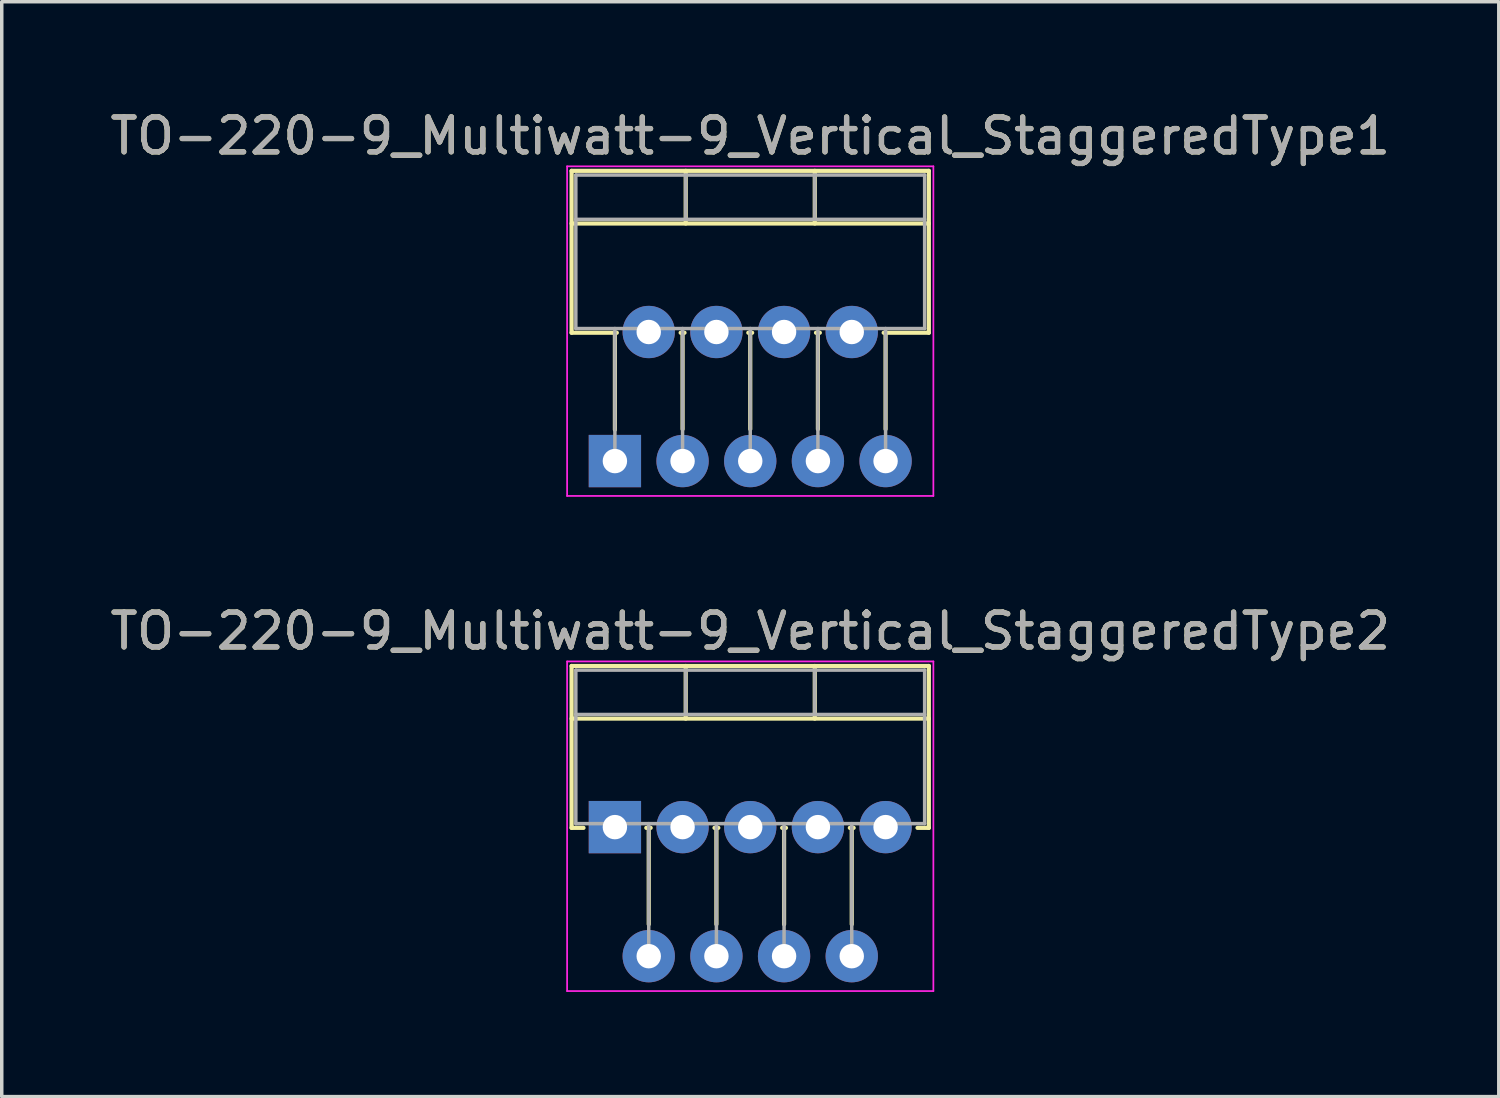
<source format=kicad_pcb>
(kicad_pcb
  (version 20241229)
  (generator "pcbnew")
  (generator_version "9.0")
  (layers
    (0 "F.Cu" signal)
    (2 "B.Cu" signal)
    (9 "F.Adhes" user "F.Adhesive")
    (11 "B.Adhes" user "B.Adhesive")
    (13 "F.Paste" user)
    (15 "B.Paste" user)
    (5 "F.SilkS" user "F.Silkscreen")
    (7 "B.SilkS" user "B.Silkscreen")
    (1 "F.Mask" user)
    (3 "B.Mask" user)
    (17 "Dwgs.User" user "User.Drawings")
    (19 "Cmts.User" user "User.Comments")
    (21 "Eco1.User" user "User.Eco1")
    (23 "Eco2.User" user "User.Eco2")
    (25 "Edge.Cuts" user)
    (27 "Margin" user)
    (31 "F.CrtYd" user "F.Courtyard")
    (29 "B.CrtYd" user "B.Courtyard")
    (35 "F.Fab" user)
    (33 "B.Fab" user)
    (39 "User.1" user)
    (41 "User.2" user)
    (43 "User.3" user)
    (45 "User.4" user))
  (footprint "TO-220-9_Multiwatt-9_Vertical_StaggeredType1"
    (layer "F.Cu")
    (at 14.578 10.168)
    (property "Reference" "TO-220-9_Multiwatt-9_Vertical_StaggeredType1" (at 3.88 -9.32 0) (layer "F.SilkS") (effects (font (size 1 1) (thickness 0.15))))
    (attr through_hole)
    (fp_line (start -1.241 -8.32) (end -1.241 -3.679) (stroke (width 0.12) (type solid)) (layer "F.SilkS"))
    (fp_line (start -1.241 -8.32) (end 9 -8.32) (stroke (width 0.12) (type solid)) (layer "F.SilkS"))
    (fp_line (start -1.241 -6.811) (end 9 -6.811) (stroke (width 0.12) (type solid)) (layer "F.SilkS"))
    (fp_line (start -1.241 -3.679) (end 0.055 -3.679) (stroke (width 0.12) (type solid)) (layer "F.SilkS"))
    (fp_line (start 0 -3.679) (end 0 -0.9) (stroke (width 0.12) (type solid)) (layer "F.SilkS"))
    (fp_line (start 1.885 -3.679) (end 1.996 -3.679) (stroke (width 0.12) (type solid)) (layer "F.SilkS"))
    (fp_line (start 1.94 -3.679) (end 1.94 -0.915) (stroke (width 0.12) (type solid)) (layer "F.SilkS"))
    (fp_line (start 2.03 -8.32) (end 2.03 -6.811) (stroke (width 0.12) (type solid)) (layer "F.SilkS"))
    (fp_line (start 3.825 -3.679) (end 3.935 -3.679) (stroke (width 0.12) (type solid)) (layer "F.SilkS"))
    (fp_line (start 3.88 -3.679) (end 3.88 -0.915) (stroke (width 0.12) (type solid)) (layer "F.SilkS"))
    (fp_line (start 5.73 -8.32) (end 5.73 -6.811) (stroke (width 0.12) (type solid)) (layer "F.SilkS"))
    (fp_line (start 5.765 -3.679) (end 5.875 -3.679) (stroke (width 0.12) (type solid)) (layer "F.SilkS"))
    (fp_line (start 5.82 -3.679) (end 5.82 -0.915) (stroke (width 0.12) (type solid)) (layer "F.SilkS"))
    (fp_line (start 7.705 -3.679) (end 9 -3.679) (stroke (width 0.12) (type solid)) (layer "F.SilkS"))
    (fp_line (start 7.76 -3.679) (end 7.76 -0.915) (stroke (width 0.12) (type solid)) (layer "F.SilkS"))
    (fp_line (start 9 -8.32) (end 9 -3.679) (stroke (width 0.12) (type solid)) (layer "F.SilkS"))
    (fp_line (start -1.37 -8.45) (end -1.37 1) (stroke (width 0.05) (type solid)) (layer "F.CrtYd"))
    (fp_line (start -1.37 1) (end 9.13 1) (stroke (width 0.05) (type solid)) (layer "F.CrtYd"))
    (fp_line (start 9.13 -8.45) (end -1.37 -8.45) (stroke (width 0.05) (type solid)) (layer "F.CrtYd"))
    (fp_line (start 9.13 1) (end 9.13 -8.45) (stroke (width 0.05) (type solid)) (layer "F.CrtYd"))
    (fp_line (start -1.12 -8.2) (end -1.12 -3.8) (stroke (width 0.1) (type solid)) (layer "F.Fab"))
    (fp_line (start -1.12 -6.93) (end 8.88 -6.93) (stroke (width 0.1) (type solid)) (layer "F.Fab"))
    (fp_line (start -1.12 -3.8) (end 8.88 -3.8) (stroke (width 0.1) (type solid)) (layer "F.Fab"))
    (fp_line (start 0 -3.8) (end 0 0) (stroke (width 0.1) (type solid)) (layer "F.Fab"))
    (fp_line (start 0.97 -3.8) (end 0.97 -3.7) (stroke (width 0.1) (type solid)) (layer "F.Fab"))
    (fp_line (start 1.94 -3.8) (end 1.94 0) (stroke (width 0.1) (type solid)) (layer "F.Fab"))
    (fp_line (start 2.03 -8.2) (end 2.03 -6.93) (stroke (width 0.1) (type solid)) (layer "F.Fab"))
    (fp_line (start 2.91 -3.8) (end 2.91 -3.7) (stroke (width 0.1) (type solid)) (layer "F.Fab"))
    (fp_line (start 3.88 -3.8) (end 3.88 0) (stroke (width 0.1) (type solid)) (layer "F.Fab"))
    (fp_line (start 4.85 -3.8) (end 4.85 -3.7) (stroke (width 0.1) (type solid)) (layer "F.Fab"))
    (fp_line (start 5.73 -8.2) (end 5.73 -6.93) (stroke (width 0.1) (type solid)) (layer "F.Fab"))
    (fp_line (start 5.82 -3.8) (end 5.82 0) (stroke (width 0.1) (type solid)) (layer "F.Fab"))
    (fp_line (start 6.79 -3.8) (end 6.79 -3.7) (stroke (width 0.1) (type solid)) (layer "F.Fab"))
    (fp_line (start 7.76 -3.8) (end 7.76 0) (stroke (width 0.1) (type solid)) (layer "F.Fab"))
    (fp_line (start 8.88 -8.2) (end -1.12 -8.2) (stroke (width 0.1) (type solid)) (layer "F.Fab"))
    (fp_line (start 8.88 -3.8) (end 8.88 -8.2) (stroke (width 0.1) (type solid)) (layer "F.Fab"))
    (fp_text user "${REFERENCE}" (at 3.88 -9.32 0) (layer "F.Fab") (effects (font (size 1 1) (thickness 0.15))))
    (pad "1" thru_hole rect (at 0 0) (size 1.5 1.5) (drill 0.7) (layers "*.Cu" "*.Mask"))
    (pad "2" thru_hole oval (at 0.97 -3.7) (size 1.5 1.5) (drill 0.7) (layers "*.Cu" "*.Mask"))
    (pad "3" thru_hole oval (at 1.94 0) (size 1.5 1.5) (drill 0.7) (layers "*.Cu" "*.Mask"))
    (pad "4" thru_hole oval (at 2.91 -3.7) (size 1.5 1.5) (drill 0.7) (layers "*.Cu" "*.Mask"))
    (pad "5" thru_hole oval (at 3.88 0) (size 1.5 1.5) (drill 0.7) (layers "*.Cu" "*.Mask"))
    (pad "6" thru_hole oval (at 4.85 -3.7) (size 1.5 1.5) (drill 0.7) (layers "*.Cu" "*.Mask"))
    (pad "7" thru_hole oval (at 5.82 0) (size 1.5 1.5) (drill 0.7) (layers "*.Cu" "*.Mask"))
    (pad "8" thru_hole oval (at 6.79 -3.7) (size 1.5 1.5) (drill 0.7) (layers "*.Cu" "*.Mask"))
    (pad "9" thru_hole oval (at 7.76 0) (size 1.5 1.5) (drill 0.7) (layers "*.Cu" "*.Mask")))
  (footprint "TO-220-9_Multiwatt-9_Vertical_StaggeredType2"
    (layer "F.Cu")
    (at 14.578 20.662)
    (property "Reference" "TO-220-9_Multiwatt-9_Vertical_StaggeredType2" (at 3.88 -5.62 0) (layer "F.SilkS") (effects (font (size 1 1) (thickness 0.15))))
    (attr through_hole)
    (fp_line (start -1.241 -4.62) (end -1.241 0.021) (stroke (width 0.12) (type solid)) (layer "F.SilkS"))
    (fp_line (start -1.241 -4.62) (end 9 -4.62) (stroke (width 0.12) (type solid)) (layer "F.SilkS"))
    (fp_line (start -1.241 -3.111) (end 9 -3.111) (stroke (width 0.12) (type solid)) (layer "F.SilkS"))
    (fp_line (start -1.241 0.021) (end -0.9 0.021) (stroke (width 0.12) (type solid)) (layer "F.SilkS"))
    (fp_line (start 0.9 0.021) (end 1.025 0.021) (stroke (width 0.12) (type solid)) (layer "F.SilkS"))
    (fp_line (start 0.97 0.021) (end 0.97 2.785) (stroke (width 0.12) (type solid)) (layer "F.SilkS"))
    (fp_line (start 2.03 -4.62) (end 2.03 -3.111) (stroke (width 0.12) (type solid)) (layer "F.SilkS"))
    (fp_line (start 2.855 0.021) (end 2.965 0.021) (stroke (width 0.12) (type solid)) (layer "F.SilkS"))
    (fp_line (start 2.91 0.021) (end 2.91 2.785) (stroke (width 0.12) (type solid)) (layer "F.SilkS"))
    (fp_line (start 4.795 0.021) (end 4.905 0.021) (stroke (width 0.12) (type solid)) (layer "F.SilkS"))
    (fp_line (start 4.85 0.021) (end 4.85 2.785) (stroke (width 0.12) (type solid)) (layer "F.SilkS"))
    (fp_line (start 5.73 -4.62) (end 5.73 -3.111) (stroke (width 0.12) (type solid)) (layer "F.SilkS"))
    (fp_line (start 6.735 0.021) (end 6.845 0.021) (stroke (width 0.12) (type solid)) (layer "F.SilkS"))
    (fp_line (start 6.79 0.021) (end 6.79 2.785) (stroke (width 0.12) (type solid)) (layer "F.SilkS"))
    (fp_line (start 8.675 0.021) (end 9 0.021) (stroke (width 0.12) (type solid)) (layer "F.SilkS"))
    (fp_line (start 9 -4.62) (end 9 0.021) (stroke (width 0.12) (type solid)) (layer "F.SilkS"))
    (fp_line (start -1.37 -4.75) (end -1.37 4.7) (stroke (width 0.05) (type solid)) (layer "F.CrtYd"))
    (fp_line (start -1.37 4.7) (end 9.13 4.7) (stroke (width 0.05) (type solid)) (layer "F.CrtYd"))
    (fp_line (start 9.13 -4.75) (end -1.37 -4.75) (stroke (width 0.05) (type solid)) (layer "F.CrtYd"))
    (fp_line (start 9.13 4.7) (end 9.13 -4.75) (stroke (width 0.05) (type solid)) (layer "F.CrtYd"))
    (fp_line (start -1.12 -4.5) (end -1.12 -0.1) (stroke (width 0.1) (type solid)) (layer "F.Fab"))
    (fp_line (start -1.12 -3.23) (end 8.88 -3.23) (stroke (width 0.1) (type solid)) (layer "F.Fab"))
    (fp_line (start -1.12 -0.1) (end 8.88 -0.1) (stroke (width 0.1) (type solid)) (layer "F.Fab"))
    (fp_line (start 0 -0.1) (end 0 0) (stroke (width 0.1) (type solid)) (layer "F.Fab"))
    (fp_line (start 0.97 -0.1) (end 0.97 3.7) (stroke (width 0.1) (type solid)) (layer "F.Fab"))
    (fp_line (start 1.94 -0.1) (end 1.94 0) (stroke (width 0.1) (type solid)) (layer "F.Fab"))
    (fp_line (start 2.03 -4.5) (end 2.03 -3.23) (stroke (width 0.1) (type solid)) (layer "F.Fab"))
    (fp_line (start 2.91 -0.1) (end 2.91 3.7) (stroke (width 0.1) (type solid)) (layer "F.Fab"))
    (fp_line (start 3.88 -0.1) (end 3.88 0) (stroke (width 0.1) (type solid)) (layer "F.Fab"))
    (fp_line (start 4.85 -0.1) (end 4.85 3.7) (stroke (width 0.1) (type solid)) (layer "F.Fab"))
    (fp_line (start 5.73 -4.5) (end 5.73 -3.23) (stroke (width 0.1) (type solid)) (layer "F.Fab"))
    (fp_line (start 5.82 -0.1) (end 5.82 0) (stroke (width 0.1) (type solid)) (layer "F.Fab"))
    (fp_line (start 6.79 -0.1) (end 6.79 3.7) (stroke (width 0.1) (type solid)) (layer "F.Fab"))
    (fp_line (start 7.76 -0.1) (end 7.76 0) (stroke (width 0.1) (type solid)) (layer "F.Fab"))
    (fp_line (start 8.88 -4.5) (end -1.12 -4.5) (stroke (width 0.1) (type solid)) (layer "F.Fab"))
    (fp_line (start 8.88 -0.1) (end 8.88 -4.5) (stroke (width 0.1) (type solid)) (layer "F.Fab"))
    (fp_text user "${REFERENCE}" (at 3.88 -5.62 0) (layer "F.Fab") (effects (font (size 1 1) (thickness 0.15))))
    (pad "1" thru_hole rect (at 0 0) (size 1.5 1.5) (drill 0.7) (layers "*.Cu" "*.Mask"))
    (pad "2" thru_hole oval (at 0.97 3.7) (size 1.5 1.5) (drill 0.7) (layers "*.Cu" "*.Mask"))
    (pad "3" thru_hole oval (at 1.94 0) (size 1.5 1.5) (drill 0.7) (layers "*.Cu" "*.Mask"))
    (pad "4" thru_hole oval (at 2.91 3.7) (size 1.5 1.5) (drill 0.7) (layers "*.Cu" "*.Mask"))
    (pad "5" thru_hole oval (at 3.88 0) (size 1.5 1.5) (drill 0.7) (layers "*.Cu" "*.Mask"))
    (pad "6" thru_hole oval (at 4.85 3.7) (size 1.5 1.5) (drill 0.7) (layers "*.Cu" "*.Mask"))
    (pad "7" thru_hole oval (at 5.82 0) (size 1.5 1.5) (drill 0.7) (layers "*.Cu" "*.Mask"))
    (pad "8" thru_hole oval (at 6.79 3.7) (size 1.5 1.5) (drill 0.7) (layers "*.Cu" "*.Mask"))
    (pad "9" thru_hole oval (at 7.76 0) (size 1.5 1.5) (drill 0.7) (layers "*.Cu" "*.Mask")))
  (gr_rect
    (start -3 -3)
    (end 39.917 28.387)
    (stroke (width 0.1) (type default))
    (fill no)
    (layer "Edge.Cuts")))
</source>
